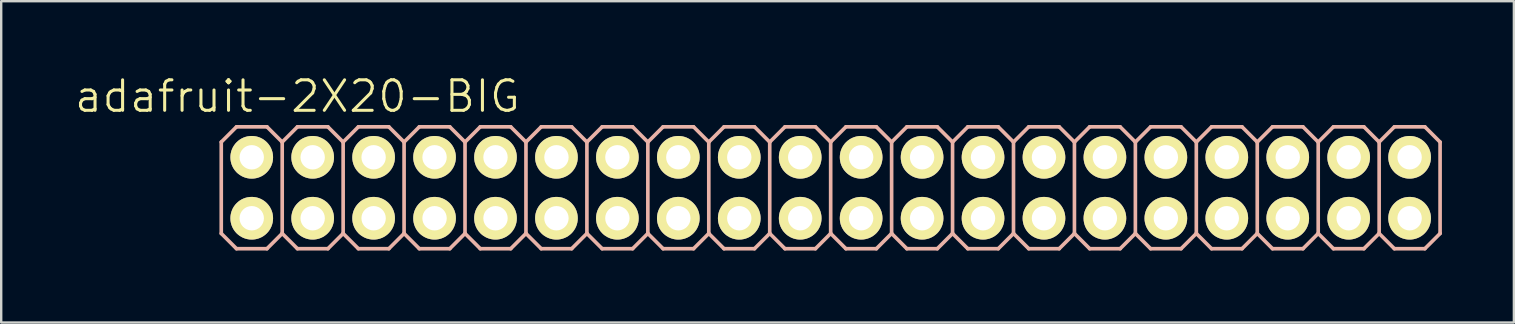
<source format=kicad_pcb>
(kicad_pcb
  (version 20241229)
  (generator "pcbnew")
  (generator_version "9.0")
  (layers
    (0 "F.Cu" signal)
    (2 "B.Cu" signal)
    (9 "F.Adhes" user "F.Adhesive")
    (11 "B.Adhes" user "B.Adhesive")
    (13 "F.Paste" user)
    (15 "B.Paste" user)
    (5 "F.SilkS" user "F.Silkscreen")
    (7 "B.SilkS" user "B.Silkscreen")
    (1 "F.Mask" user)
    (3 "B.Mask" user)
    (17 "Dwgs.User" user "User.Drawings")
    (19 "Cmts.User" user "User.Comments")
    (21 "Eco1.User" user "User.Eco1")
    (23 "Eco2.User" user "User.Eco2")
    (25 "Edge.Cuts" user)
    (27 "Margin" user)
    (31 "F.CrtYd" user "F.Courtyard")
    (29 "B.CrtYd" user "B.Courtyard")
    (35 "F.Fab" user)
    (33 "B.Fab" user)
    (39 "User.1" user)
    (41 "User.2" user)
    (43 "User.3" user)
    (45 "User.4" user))
  (footprint "adafruit-2X20-BIG"
    (layer "F.Cu")
    (at 31.572 4.776)
    (property "Reference" "adafruit-2X20-BIG" (at -22.225 -3.81 0) (layer "F.SilkS") (effects (font (size 1.27 1.27) (thickness 0.127))))
    (attr exclude_from_pos_files exclude_from_bom)
    (fp_line (start -24.384 -1.524) (end -23.876 -1.524) (stroke (width 0.066) (type solid)) (layer "F.SilkS"))
    (fp_line (start -24.384 -1.016) (end -24.384 -1.524) (stroke (width 0.066) (type solid)) (layer "F.SilkS"))
    (fp_line (start -24.384 -1.016) (end -23.876 -1.016) (stroke (width 0.066) (type solid)) (layer "F.SilkS"))
    (fp_line (start -24.384 1.016) (end -23.876 1.016) (stroke (width 0.066) (type solid)) (layer "F.SilkS"))
    (fp_line (start -24.384 1.524) (end -24.384 1.016) (stroke (width 0.066) (type solid)) (layer "F.SilkS"))
    (fp_line (start -24.384 1.524) (end -23.876 1.524) (stroke (width 0.066) (type solid)) (layer "F.SilkS"))
    (fp_line (start -23.876 -1.016) (end -23.876 -1.524) (stroke (width 0.066) (type solid)) (layer "F.SilkS"))
    (fp_line (start -23.876 1.524) (end -23.876 1.016) (stroke (width 0.066) (type solid)) (layer "F.SilkS"))
    (fp_line (start -21.844 -1.524) (end -21.336 -1.524) (stroke (width 0.066) (type solid)) (layer "F.SilkS"))
    (fp_line (start -21.844 -1.016) (end -21.844 -1.524) (stroke (width 0.066) (type solid)) (layer "F.SilkS"))
    (fp_line (start -21.844 -1.016) (end -21.336 -1.016) (stroke (width 0.066) (type solid)) (layer "F.SilkS"))
    (fp_line (start -21.844 1.016) (end -21.336 1.016) (stroke (width 0.066) (type solid)) (layer "F.SilkS"))
    (fp_line (start -21.844 1.524) (end -21.844 1.016) (stroke (width 0.066) (type solid)) (layer "F.SilkS"))
    (fp_line (start -21.844 1.524) (end -21.336 1.524) (stroke (width 0.066) (type solid)) (layer "F.SilkS"))
    (fp_line (start -21.336 -1.016) (end -21.336 -1.524) (stroke (width 0.066) (type solid)) (layer "F.SilkS"))
    (fp_line (start -21.336 1.524) (end -21.336 1.016) (stroke (width 0.066) (type solid)) (layer "F.SilkS"))
    (fp_line (start -19.304 -1.524) (end -18.796 -1.524) (stroke (width 0.066) (type solid)) (layer "F.SilkS"))
    (fp_line (start -19.304 -1.016) (end -19.304 -1.524) (stroke (width 0.066) (type solid)) (layer "F.SilkS"))
    (fp_line (start -19.304 -1.016) (end -18.796 -1.016) (stroke (width 0.066) (type solid)) (layer "F.SilkS"))
    (fp_line (start -19.304 1.016) (end -18.796 1.016) (stroke (width 0.066) (type solid)) (layer "F.SilkS"))
    (fp_line (start -19.304 1.524) (end -19.304 1.016) (stroke (width 0.066) (type solid)) (layer "F.SilkS"))
    (fp_line (start -19.304 1.524) (end -18.796 1.524) (stroke (width 0.066) (type solid)) (layer "F.SilkS"))
    (fp_line (start -18.796 -1.016) (end -18.796 -1.524) (stroke (width 0.066) (type solid)) (layer "F.SilkS"))
    (fp_line (start -18.796 1.524) (end -18.796 1.016) (stroke (width 0.066) (type solid)) (layer "F.SilkS"))
    (fp_line (start -16.764 -1.524) (end -16.256 -1.524) (stroke (width 0.066) (type solid)) (layer "F.SilkS"))
    (fp_line (start -16.764 -1.016) (end -16.764 -1.524) (stroke (width 0.066) (type solid)) (layer "F.SilkS"))
    (fp_line (start -16.764 -1.016) (end -16.256 -1.016) (stroke (width 0.066) (type solid)) (layer "F.SilkS"))
    (fp_line (start -16.764 1.016) (end -16.256 1.016) (stroke (width 0.066) (type solid)) (layer "F.SilkS"))
    (fp_line (start -16.764 1.524) (end -16.764 1.016) (stroke (width 0.066) (type solid)) (layer "F.SilkS"))
    (fp_line (start -16.764 1.524) (end -16.256 1.524) (stroke (width 0.066) (type solid)) (layer "F.SilkS"))
    (fp_line (start -16.256 -1.016) (end -16.256 -1.524) (stroke (width 0.066) (type solid)) (layer "F.SilkS"))
    (fp_line (start -16.256 1.524) (end -16.256 1.016) (stroke (width 0.066) (type solid)) (layer "F.SilkS"))
    (fp_line (start -14.224 -1.524) (end -13.716 -1.524) (stroke (width 0.066) (type solid)) (layer "F.SilkS"))
    (fp_line (start -14.224 -1.016) (end -14.224 -1.524) (stroke (width 0.066) (type solid)) (layer "F.SilkS"))
    (fp_line (start -14.224 -1.016) (end -13.716 -1.016) (stroke (width 0.066) (type solid)) (layer "F.SilkS"))
    (fp_line (start -14.224 1.016) (end -13.716 1.016) (stroke (width 0.066) (type solid)) (layer "F.SilkS"))
    (fp_line (start -14.224 1.524) (end -14.224 1.016) (stroke (width 0.066) (type solid)) (layer "F.SilkS"))
    (fp_line (start -14.224 1.524) (end -13.716 1.524) (stroke (width 0.066) (type solid)) (layer "F.SilkS"))
    (fp_line (start -13.716 -1.016) (end -13.716 -1.524) (stroke (width 0.066) (type solid)) (layer "F.SilkS"))
    (fp_line (start -13.716 1.524) (end -13.716 1.016) (stroke (width 0.066) (type solid)) (layer "F.SilkS"))
    (fp_line (start -11.684 -1.524) (end -11.176 -1.524) (stroke (width 0.066) (type solid)) (layer "F.SilkS"))
    (fp_line (start -11.684 -1.016) (end -11.684 -1.524) (stroke (width 0.066) (type solid)) (layer "F.SilkS"))
    (fp_line (start -11.684 -1.016) (end -11.176 -1.016) (stroke (width 0.066) (type solid)) (layer "F.SilkS"))
    (fp_line (start -11.684 1.016) (end -11.176 1.016) (stroke (width 0.066) (type solid)) (layer "F.SilkS"))
    (fp_line (start -11.684 1.524) (end -11.684 1.016) (stroke (width 0.066) (type solid)) (layer "F.SilkS"))
    (fp_line (start -11.684 1.524) (end -11.176 1.524) (stroke (width 0.066) (type solid)) (layer "F.SilkS"))
    (fp_line (start -11.176 -1.016) (end -11.176 -1.524) (stroke (width 0.066) (type solid)) (layer "F.SilkS"))
    (fp_line (start -11.176 1.524) (end -11.176 1.016) (stroke (width 0.066) (type solid)) (layer "F.SilkS"))
    (fp_line (start -9.144 -1.524) (end -8.636 -1.524) (stroke (width 0.066) (type solid)) (layer "F.SilkS"))
    (fp_line (start -9.144 -1.016) (end -9.144 -1.524) (stroke (width 0.066) (type solid)) (layer "F.SilkS"))
    (fp_line (start -9.144 -1.016) (end -8.636 -1.016) (stroke (width 0.066) (type solid)) (layer "F.SilkS"))
    (fp_line (start -9.144 1.016) (end -8.636 1.016) (stroke (width 0.066) (type solid)) (layer "F.SilkS"))
    (fp_line (start -9.144 1.524) (end -9.144 1.016) (stroke (width 0.066) (type solid)) (layer "F.SilkS"))
    (fp_line (start -9.144 1.524) (end -8.636 1.524) (stroke (width 0.066) (type solid)) (layer "F.SilkS"))
    (fp_line (start -8.636 -1.016) (end -8.636 -1.524) (stroke (width 0.066) (type solid)) (layer "F.SilkS"))
    (fp_line (start -8.636 1.524) (end -8.636 1.016) (stroke (width 0.066) (type solid)) (layer "F.SilkS"))
    (fp_line (start -6.604 -1.524) (end -6.096 -1.524) (stroke (width 0.066) (type solid)) (layer "F.SilkS"))
    (fp_line (start -6.604 -1.016) (end -6.604 -1.524) (stroke (width 0.066) (type solid)) (layer "F.SilkS"))
    (fp_line (start -6.604 -1.016) (end -6.096 -1.016) (stroke (width 0.066) (type solid)) (layer "F.SilkS"))
    (fp_line (start -6.604 1.016) (end -6.096 1.016) (stroke (width 0.066) (type solid)) (layer "F.SilkS"))
    (fp_line (start -6.604 1.524) (end -6.604 1.016) (stroke (width 0.066) (type solid)) (layer "F.SilkS"))
    (fp_line (start -6.604 1.524) (end -6.096 1.524) (stroke (width 0.066) (type solid)) (layer "F.SilkS"))
    (fp_line (start -6.096 -1.016) (end -6.096 -1.524) (stroke (width 0.066) (type solid)) (layer "F.SilkS"))
    (fp_line (start -6.096 1.524) (end -6.096 1.016) (stroke (width 0.066) (type solid)) (layer "F.SilkS"))
    (fp_line (start -4.064 -1.524) (end -3.556 -1.524) (stroke (width 0.066) (type solid)) (layer "F.SilkS"))
    (fp_line (start -4.064 -1.016) (end -4.064 -1.524) (stroke (width 0.066) (type solid)) (layer "F.SilkS"))
    (fp_line (start -4.064 -1.016) (end -3.556 -1.016) (stroke (width 0.066) (type solid)) (layer "F.SilkS"))
    (fp_line (start -4.064 1.016) (end -3.556 1.016) (stroke (width 0.066) (type solid)) (layer "F.SilkS"))
    (fp_line (start -4.064 1.524) (end -4.064 1.016) (stroke (width 0.066) (type solid)) (layer "F.SilkS"))
    (fp_line (start -4.064 1.524) (end -3.556 1.524) (stroke (width 0.066) (type solid)) (layer "F.SilkS"))
    (fp_line (start -3.556 -1.016) (end -3.556 -1.524) (stroke (width 0.066) (type solid)) (layer "F.SilkS"))
    (fp_line (start -3.556 1.524) (end -3.556 1.016) (stroke (width 0.066) (type solid)) (layer "F.SilkS"))
    (fp_line (start -1.524 -1.524) (end -1.016 -1.524) (stroke (width 0.066) (type solid)) (layer "F.SilkS"))
    (fp_line (start -1.524 -1.016) (end -1.524 -1.524) (stroke (width 0.066) (type solid)) (layer "F.SilkS"))
    (fp_line (start -1.524 -1.016) (end -1.016 -1.016) (stroke (width 0.066) (type solid)) (layer "F.SilkS"))
    (fp_line (start -1.524 1.016) (end -1.016 1.016) (stroke (width 0.066) (type solid)) (layer "F.SilkS"))
    (fp_line (start -1.524 1.524) (end -1.524 1.016) (stroke (width 0.066) (type solid)) (layer "F.SilkS"))
    (fp_line (start -1.524 1.524) (end -1.016 1.524) (stroke (width 0.066) (type solid)) (layer "F.SilkS"))
    (fp_line (start -1.016 -1.016) (end -1.016 -1.524) (stroke (width 0.066) (type solid)) (layer "F.SilkS"))
    (fp_line (start -1.016 1.524) (end -1.016 1.016) (stroke (width 0.066) (type solid)) (layer "F.SilkS"))
    (fp_line (start 1.016 -1.524) (end 1.524 -1.524) (stroke (width 0.066) (type solid)) (layer "F.SilkS"))
    (fp_line (start 1.016 -1.016) (end 1.016 -1.524) (stroke (width 0.066) (type solid)) (layer "F.SilkS"))
    (fp_line (start 1.016 -1.016) (end 1.524 -1.016) (stroke (width 0.066) (type solid)) (layer "F.SilkS"))
    (fp_line (start 1.016 1.016) (end 1.524 1.016) (stroke (width 0.066) (type solid)) (layer "F.SilkS"))
    (fp_line (start 1.016 1.524) (end 1.016 1.016) (stroke (width 0.066) (type solid)) (layer "F.SilkS"))
    (fp_line (start 1.016 1.524) (end 1.524 1.524) (stroke (width 0.066) (type solid)) (layer "F.SilkS"))
    (fp_line (start 1.524 -1.016) (end 1.524 -1.524) (stroke (width 0.066) (type solid)) (layer "F.SilkS"))
    (fp_line (start 1.524 1.524) (end 1.524 1.016) (stroke (width 0.066) (type solid)) (layer "F.SilkS"))
    (fp_line (start 3.556 -1.524) (end 4.064 -1.524) (stroke (width 0.066) (type solid)) (layer "F.SilkS"))
    (fp_line (start 3.556 -1.016) (end 3.556 -1.524) (stroke (width 0.066) (type solid)) (layer "F.SilkS"))
    (fp_line (start 3.556 -1.016) (end 4.064 -1.016) (stroke (width 0.066) (type solid)) (layer "F.SilkS"))
    (fp_line (start 3.556 1.016) (end 4.064 1.016) (stroke (width 0.066) (type solid)) (layer "F.SilkS"))
    (fp_line (start 3.556 1.524) (end 3.556 1.016) (stroke (width 0.066) (type solid)) (layer "F.SilkS"))
    (fp_line (start 3.556 1.524) (end 4.064 1.524) (stroke (width 0.066) (type solid)) (layer "F.SilkS"))
    (fp_line (start 4.064 -1.016) (end 4.064 -1.524) (stroke (width 0.066) (type solid)) (layer "F.SilkS"))
    (fp_line (start 4.064 1.524) (end 4.064 1.016) (stroke (width 0.066) (type solid)) (layer "F.SilkS"))
    (fp_line (start 6.096 -1.524) (end 6.604 -1.524) (stroke (width 0.066) (type solid)) (layer "F.SilkS"))
    (fp_line (start 6.096 -1.016) (end 6.096 -1.524) (stroke (width 0.066) (type solid)) (layer "F.SilkS"))
    (fp_line (start 6.096 -1.016) (end 6.604 -1.016) (stroke (width 0.066) (type solid)) (layer "F.SilkS"))
    (fp_line (start 6.096 1.016) (end 6.604 1.016) (stroke (width 0.066) (type solid)) (layer "F.SilkS"))
    (fp_line (start 6.096 1.524) (end 6.096 1.016) (stroke (width 0.066) (type solid)) (layer "F.SilkS"))
    (fp_line (start 6.096 1.524) (end 6.604 1.524) (stroke (width 0.066) (type solid)) (layer "F.SilkS"))
    (fp_line (start 6.604 -1.016) (end 6.604 -1.524) (stroke (width 0.066) (type solid)) (layer "F.SilkS"))
    (fp_line (start 6.604 1.524) (end 6.604 1.016) (stroke (width 0.066) (type solid)) (layer "F.SilkS"))
    (fp_line (start 8.636 -1.524) (end 9.144 -1.524) (stroke (width 0.066) (type solid)) (layer "F.SilkS"))
    (fp_line (start 8.636 -1.016) (end 8.636 -1.524) (stroke (width 0.066) (type solid)) (layer "F.SilkS"))
    (fp_line (start 8.636 -1.016) (end 9.144 -1.016) (stroke (width 0.066) (type solid)) (layer "F.SilkS"))
    (fp_line (start 8.636 1.016) (end 9.144 1.016) (stroke (width 0.066) (type solid)) (layer "F.SilkS"))
    (fp_line (start 8.636 1.524) (end 8.636 1.016) (stroke (width 0.066) (type solid)) (layer "F.SilkS"))
    (fp_line (start 8.636 1.524) (end 9.144 1.524) (stroke (width 0.066) (type solid)) (layer "F.SilkS"))
    (fp_line (start 9.144 -1.016) (end 9.144 -1.524) (stroke (width 0.066) (type solid)) (layer "F.SilkS"))
    (fp_line (start 9.144 1.524) (end 9.144 1.016) (stroke (width 0.066) (type solid)) (layer "F.SilkS"))
    (fp_line (start 11.176 -1.524) (end 11.684 -1.524) (stroke (width 0.066) (type solid)) (layer "F.SilkS"))
    (fp_line (start 11.176 -1.016) (end 11.176 -1.524) (stroke (width 0.066) (type solid)) (layer "F.SilkS"))
    (fp_line (start 11.176 -1.016) (end 11.684 -1.016) (stroke (width 0.066) (type solid)) (layer "F.SilkS"))
    (fp_line (start 11.176 1.016) (end 11.684 1.016) (stroke (width 0.066) (type solid)) (layer "F.SilkS"))
    (fp_line (start 11.176 1.524) (end 11.176 1.016) (stroke (width 0.066) (type solid)) (layer "F.SilkS"))
    (fp_line (start 11.176 1.524) (end 11.684 1.524) (stroke (width 0.066) (type solid)) (layer "F.SilkS"))
    (fp_line (start 11.684 -1.016) (end 11.684 -1.524) (stroke (width 0.066) (type solid)) (layer "F.SilkS"))
    (fp_line (start 11.684 1.524) (end 11.684 1.016) (stroke (width 0.066) (type solid)) (layer "F.SilkS"))
    (fp_line (start 13.716 -1.524) (end 14.224 -1.524) (stroke (width 0.066) (type solid)) (layer "F.SilkS"))
    (fp_line (start 13.716 -1.016) (end 13.716 -1.524) (stroke (width 0.066) (type solid)) (layer "F.SilkS"))
    (fp_line (start 13.716 -1.016) (end 14.224 -1.016) (stroke (width 0.066) (type solid)) (layer "F.SilkS"))
    (fp_line (start 13.716 1.016) (end 14.224 1.016) (stroke (width 0.066) (type solid)) (layer "F.SilkS"))
    (fp_line (start 13.716 1.524) (end 13.716 1.016) (stroke (width 0.066) (type solid)) (layer "F.SilkS"))
    (fp_line (start 13.716 1.524) (end 14.224 1.524) (stroke (width 0.066) (type solid)) (layer "F.SilkS"))
    (fp_line (start 14.224 -1.016) (end 14.224 -1.524) (stroke (width 0.066) (type solid)) (layer "F.SilkS"))
    (fp_line (start 14.224 1.524) (end 14.224 1.016) (stroke (width 0.066) (type solid)) (layer "F.SilkS"))
    (fp_line (start 16.256 -1.524) (end 16.764 -1.524) (stroke (width 0.066) (type solid)) (layer "F.SilkS"))
    (fp_line (start 16.256 -1.016) (end 16.256 -1.524) (stroke (width 0.066) (type solid)) (layer "F.SilkS"))
    (fp_line (start 16.256 -1.016) (end 16.764 -1.016) (stroke (width 0.066) (type solid)) (layer "F.SilkS"))
    (fp_line (start 16.256 1.016) (end 16.764 1.016) (stroke (width 0.066) (type solid)) (layer "F.SilkS"))
    (fp_line (start 16.256 1.524) (end 16.256 1.016) (stroke (width 0.066) (type solid)) (layer "F.SilkS"))
    (fp_line (start 16.256 1.524) (end 16.764 1.524) (stroke (width 0.066) (type solid)) (layer "F.SilkS"))
    (fp_line (start 16.764 -1.016) (end 16.764 -1.524) (stroke (width 0.066) (type solid)) (layer "F.SilkS"))
    (fp_line (start 16.764 1.524) (end 16.764 1.016) (stroke (width 0.066) (type solid)) (layer "F.SilkS"))
    (fp_line (start 18.796 -1.524) (end 19.304 -1.524) (stroke (width 0.066) (type solid)) (layer "F.SilkS"))
    (fp_line (start 18.796 -1.016) (end 18.796 -1.524) (stroke (width 0.066) (type solid)) (layer "F.SilkS"))
    (fp_line (start 18.796 -1.016) (end 19.304 -1.016) (stroke (width 0.066) (type solid)) (layer "F.SilkS"))
    (fp_line (start 18.796 1.016) (end 19.304 1.016) (stroke (width 0.066) (type solid)) (layer "F.SilkS"))
    (fp_line (start 18.796 1.524) (end 18.796 1.016) (stroke (width 0.066) (type solid)) (layer "F.SilkS"))
    (fp_line (start 18.796 1.524) (end 19.304 1.524) (stroke (width 0.066) (type solid)) (layer "F.SilkS"))
    (fp_line (start 19.304 -1.016) (end 19.304 -1.524) (stroke (width 0.066) (type solid)) (layer "F.SilkS"))
    (fp_line (start 19.304 1.524) (end 19.304 1.016) (stroke (width 0.066) (type solid)) (layer "F.SilkS"))
    (fp_line (start 21.336 -1.524) (end 21.844 -1.524) (stroke (width 0.066) (type solid)) (layer "F.SilkS"))
    (fp_line (start 21.336 -1.016) (end 21.336 -1.524) (stroke (width 0.066) (type solid)) (layer "F.SilkS"))
    (fp_line (start 21.336 -1.016) (end 21.844 -1.016) (stroke (width 0.066) (type solid)) (layer "F.SilkS"))
    (fp_line (start 21.336 1.016) (end 21.844 1.016) (stroke (width 0.066) (type solid)) (layer "F.SilkS"))
    (fp_line (start 21.336 1.524) (end 21.336 1.016) (stroke (width 0.066) (type solid)) (layer "F.SilkS"))
    (fp_line (start 21.336 1.524) (end 21.844 1.524) (stroke (width 0.066) (type solid)) (layer "F.SilkS"))
    (fp_line (start 21.844 -1.016) (end 21.844 -1.524) (stroke (width 0.066) (type solid)) (layer "F.SilkS"))
    (fp_line (start 21.844 1.524) (end 21.844 1.016) (stroke (width 0.066) (type solid)) (layer "F.SilkS"))
    (fp_line (start 23.876 -1.524) (end 24.384 -1.524) (stroke (width 0.066) (type solid)) (layer "F.SilkS"))
    (fp_line (start 23.876 -1.016) (end 23.876 -1.524) (stroke (width 0.066) (type solid)) (layer "F.SilkS"))
    (fp_line (start 23.876 -1.016) (end 24.384 -1.016) (stroke (width 0.066) (type solid)) (layer "F.SilkS"))
    (fp_line (start 23.876 1.016) (end 24.384 1.016) (stroke (width 0.066) (type solid)) (layer "F.SilkS"))
    (fp_line (start 23.876 1.524) (end 23.876 1.016) (stroke (width 0.066) (type solid)) (layer "F.SilkS"))
    (fp_line (start 23.876 1.524) (end 24.384 1.524) (stroke (width 0.066) (type solid)) (layer "F.SilkS"))
    (fp_line (start 24.384 -1.016) (end 24.384 -1.524) (stroke (width 0.066) (type solid)) (layer "F.SilkS"))
    (fp_line (start 24.384 1.524) (end 24.384 1.016) (stroke (width 0.066) (type solid)) (layer "F.SilkS"))
    (fp_line (start -25.4 -1.905) (end -24.765 -2.54) (stroke (width 0.152) (type solid)) (layer "B.SilkS"))
    (fp_line (start -25.4 1.905) (end -25.4 -1.905) (stroke (width 0.152) (type solid)) (layer "B.SilkS"))
    (fp_line (start -25.4 1.905) (end -24.765 2.54) (stroke (width 0.152) (type solid)) (layer "B.SilkS"))
    (fp_line (start -24.765 -2.54) (end -23.495 -2.54) (stroke (width 0.152) (type solid)) (layer "B.SilkS"))
    (fp_line (start -24.765 2.54) (end -23.495 2.54) (stroke (width 0.152) (type solid)) (layer "B.SilkS"))
    (fp_line (start -23.495 -2.54) (end -22.86 -1.905) (stroke (width 0.152) (type solid)) (layer "B.SilkS"))
    (fp_line (start -23.495 2.54) (end -22.86 1.905) (stroke (width 0.152) (type solid)) (layer "B.SilkS"))
    (fp_line (start -22.86 -1.905) (end -22.86 1.905) (stroke (width 0.152) (type solid)) (layer "B.SilkS"))
    (fp_line (start -22.86 -1.905) (end -22.225 -2.54) (stroke (width 0.152) (type solid)) (layer "B.SilkS"))
    (fp_line (start -22.86 1.905) (end -22.225 2.54) (stroke (width 0.152) (type solid)) (layer "B.SilkS"))
    (fp_line (start -22.225 -2.54) (end -20.955 -2.54) (stroke (width 0.152) (type solid)) (layer "B.SilkS"))
    (fp_line (start -22.225 2.54) (end -20.955 2.54) (stroke (width 0.152) (type solid)) (layer "B.SilkS"))
    (fp_line (start -20.955 -2.54) (end -20.32 -1.905) (stroke (width 0.152) (type solid)) (layer "B.SilkS"))
    (fp_line (start -20.955 2.54) (end -20.32 1.905) (stroke (width 0.152) (type solid)) (layer "B.SilkS"))
    (fp_line (start -20.32 -1.905) (end -20.32 1.905) (stroke (width 0.152) (type solid)) (layer "B.SilkS"))
    (fp_line (start -20.32 -1.905) (end -19.685 -2.54) (stroke (width 0.152) (type solid)) (layer "B.SilkS"))
    (fp_line (start -20.32 1.905) (end -19.685 2.54) (stroke (width 0.152) (type solid)) (layer "B.SilkS"))
    (fp_line (start -19.685 -2.54) (end -18.415 -2.54) (stroke (width 0.152) (type solid)) (layer "B.SilkS"))
    (fp_line (start -19.685 2.54) (end -18.415 2.54) (stroke (width 0.152) (type solid)) (layer "B.SilkS"))
    (fp_line (start -18.415 -2.54) (end -17.78 -1.905) (stroke (width 0.152) (type solid)) (layer "B.SilkS"))
    (fp_line (start -18.415 2.54) (end -17.78 1.905) (stroke (width 0.152) (type solid)) (layer "B.SilkS"))
    (fp_line (start -17.78 -1.905) (end -17.78 1.905) (stroke (width 0.152) (type solid)) (layer "B.SilkS"))
    (fp_line (start -17.78 -1.905) (end -17.145 -2.54) (stroke (width 0.152) (type solid)) (layer "B.SilkS"))
    (fp_line (start -17.78 1.905) (end -17.145 2.54) (stroke (width 0.152) (type solid)) (layer "B.SilkS"))
    (fp_line (start -17.145 -2.54) (end -15.875 -2.54) (stroke (width 0.152) (type solid)) (layer "B.SilkS"))
    (fp_line (start -17.145 2.54) (end -15.875 2.54) (stroke (width 0.152) (type solid)) (layer "B.SilkS"))
    (fp_line (start -15.875 -2.54) (end -15.24 -1.905) (stroke (width 0.152) (type solid)) (layer "B.SilkS"))
    (fp_line (start -15.875 2.54) (end -15.24 1.905) (stroke (width 0.152) (type solid)) (layer "B.SilkS"))
    (fp_line (start -15.24 -1.905) (end -15.24 1.905) (stroke (width 0.152) (type solid)) (layer "B.SilkS"))
    (fp_line (start -15.24 -1.905) (end -14.605 -2.54) (stroke (width 0.152) (type solid)) (layer "B.SilkS"))
    (fp_line (start -15.24 1.905) (end -14.605 2.54) (stroke (width 0.152) (type solid)) (layer "B.SilkS"))
    (fp_line (start -14.605 -2.54) (end -13.335 -2.54) (stroke (width 0.152) (type solid)) (layer "B.SilkS"))
    (fp_line (start -14.605 2.54) (end -13.335 2.54) (stroke (width 0.152) (type solid)) (layer "B.SilkS"))
    (fp_line (start -13.335 -2.54) (end -12.7 -1.905) (stroke (width 0.152) (type solid)) (layer "B.SilkS"))
    (fp_line (start -13.335 2.54) (end -12.7 1.905) (stroke (width 0.152) (type solid)) (layer "B.SilkS"))
    (fp_line (start -12.7 -1.905) (end -12.7 1.905) (stroke (width 0.152) (type solid)) (layer "B.SilkS"))
    (fp_line (start -12.7 -1.905) (end -12.065 -2.54) (stroke (width 0.152) (type solid)) (layer "B.SilkS"))
    (fp_line (start -12.7 1.905) (end -12.065 2.54) (stroke (width 0.152) (type solid)) (layer "B.SilkS"))
    (fp_line (start -12.065 -2.54) (end -10.795 -2.54) (stroke (width 0.152) (type solid)) (layer "B.SilkS"))
    (fp_line (start -12.065 2.54) (end -10.795 2.54) (stroke (width 0.152) (type solid)) (layer "B.SilkS"))
    (fp_line (start -10.795 -2.54) (end -10.16 -1.905) (stroke (width 0.152) (type solid)) (layer "B.SilkS"))
    (fp_line (start -10.795 2.54) (end -10.16 1.905) (stroke (width 0.152) (type solid)) (layer "B.SilkS"))
    (fp_line (start -10.16 -1.905) (end -10.16 1.905) (stroke (width 0.152) (type solid)) (layer "B.SilkS"))
    (fp_line (start -10.16 -1.905) (end -9.525 -2.54) (stroke (width 0.152) (type solid)) (layer "B.SilkS"))
    (fp_line (start -10.16 1.905) (end -9.525 2.54) (stroke (width 0.152) (type solid)) (layer "B.SilkS"))
    (fp_line (start -9.525 -2.54) (end -8.255 -2.54) (stroke (width 0.152) (type solid)) (layer "B.SilkS"))
    (fp_line (start -8.255 -2.54) (end -7.62 -1.905) (stroke (width 0.152) (type solid)) (layer "B.SilkS"))
    (fp_line (start -8.255 2.54) (end -9.525 2.54) (stroke (width 0.152) (type solid)) (layer "B.SilkS"))
    (fp_line (start -7.62 -1.905) (end -7.62 1.905) (stroke (width 0.152) (type solid)) (layer "B.SilkS"))
    (fp_line (start -7.62 -1.905) (end -6.985 -2.54) (stroke (width 0.152) (type solid)) (layer "B.SilkS"))
    (fp_line (start -7.62 1.905) (end -8.255 2.54) (stroke (width 0.152) (type solid)) (layer "B.SilkS"))
    (fp_line (start -7.62 1.905) (end -6.985 2.54) (stroke (width 0.152) (type solid)) (layer "B.SilkS"))
    (fp_line (start -6.985 -2.54) (end -5.715 -2.54) (stroke (width 0.152) (type solid)) (layer "B.SilkS"))
    (fp_line (start -5.715 -2.54) (end -5.08 -1.905) (stroke (width 0.152) (type solid)) (layer "B.SilkS"))
    (fp_line (start -5.715 2.54) (end -6.985 2.54) (stroke (width 0.152) (type solid)) (layer "B.SilkS"))
    (fp_line (start -5.08 -1.905) (end -5.08 1.905) (stroke (width 0.152) (type solid)) (layer "B.SilkS"))
    (fp_line (start -5.08 -1.905) (end -4.445 -2.54) (stroke (width 0.152) (type solid)) (layer "B.SilkS"))
    (fp_line (start -5.08 1.905) (end -5.715 2.54) (stroke (width 0.152) (type solid)) (layer "B.SilkS"))
    (fp_line (start -5.08 1.905) (end -4.445 2.54) (stroke (width 0.152) (type solid)) (layer "B.SilkS"))
    (fp_line (start -4.445 -2.54) (end -3.175 -2.54) (stroke (width 0.152) (type solid)) (layer "B.SilkS"))
    (fp_line (start -3.175 -2.54) (end -2.54 -1.905) (stroke (width 0.152) (type solid)) (layer "B.SilkS"))
    (fp_line (start -3.175 2.54) (end -4.445 2.54) (stroke (width 0.152) (type solid)) (layer "B.SilkS"))
    (fp_line (start -2.54 -1.905) (end -2.54 1.905) (stroke (width 0.152) (type solid)) (layer "B.SilkS"))
    (fp_line (start -2.54 -1.905) (end -1.905 -2.54) (stroke (width 0.152) (type solid)) (layer "B.SilkS"))
    (fp_line (start -2.54 1.905) (end -3.175 2.54) (stroke (width 0.152) (type solid)) (layer "B.SilkS"))
    (fp_line (start -2.54 1.905) (end -1.905 2.54) (stroke (width 0.152) (type solid)) (layer "B.SilkS"))
    (fp_line (start -1.905 -2.54) (end -0.635 -2.54) (stroke (width 0.152) (type solid)) (layer "B.SilkS"))
    (fp_line (start -0.635 -2.54) (end 0 -1.905) (stroke (width 0.152) (type solid)) (layer "B.SilkS"))
    (fp_line (start -0.635 2.54) (end -1.905 2.54) (stroke (width 0.152) (type solid)) (layer "B.SilkS"))
    (fp_line (start 0 -1.905) (end 0 1.905) (stroke (width 0.152) (type solid)) (layer "B.SilkS"))
    (fp_line (start 0 -1.905) (end 0.635 -2.54) (stroke (width 0.152) (type solid)) (layer "B.SilkS"))
    (fp_line (start 0 1.905) (end -0.635 2.54) (stroke (width 0.152) (type solid)) (layer "B.SilkS"))
    (fp_line (start 0 1.905) (end 0.635 2.54) (stroke (width 0.152) (type solid)) (layer "B.SilkS"))
    (fp_line (start 0.635 -2.54) (end 1.905 -2.54) (stroke (width 0.152) (type solid)) (layer "B.SilkS"))
    (fp_line (start 1.905 -2.54) (end 2.54 -1.905) (stroke (width 0.152) (type solid)) (layer "B.SilkS"))
    (fp_line (start 1.905 2.54) (end 0.635 2.54) (stroke (width 0.152) (type solid)) (layer "B.SilkS"))
    (fp_line (start 2.54 -1.905) (end 2.54 1.905) (stroke (width 0.152) (type solid)) (layer "B.SilkS"))
    (fp_line (start 2.54 -1.905) (end 3.175 -2.54) (stroke (width 0.152) (type solid)) (layer "B.SilkS"))
    (fp_line (start 2.54 1.905) (end 1.905 2.54) (stroke (width 0.152) (type solid)) (layer "B.SilkS"))
    (fp_line (start 2.54 1.905) (end 3.175 2.54) (stroke (width 0.152) (type solid)) (layer "B.SilkS"))
    (fp_line (start 3.175 -2.54) (end 4.445 -2.54) (stroke (width 0.152) (type solid)) (layer "B.SilkS"))
    (fp_line (start 4.445 2.54) (end 3.175 2.54) (stroke (width 0.152) (type solid)) (layer "B.SilkS"))
    (fp_line (start 5.08 -1.905) (end 4.445 -2.54) (stroke (width 0.152) (type solid)) (layer "B.SilkS"))
    (fp_line (start 5.08 -1.905) (end 5.08 1.905) (stroke (width 0.152) (type solid)) (layer "B.SilkS"))
    (fp_line (start 5.08 -1.905) (end 5.715 -2.54) (stroke (width 0.152) (type solid)) (layer "B.SilkS"))
    (fp_line (start 5.08 1.905) (end 4.445 2.54) (stroke (width 0.152) (type solid)) (layer "B.SilkS"))
    (fp_line (start 5.08 1.905) (end 5.715 2.54) (stroke (width 0.152) (type solid)) (layer "B.SilkS"))
    (fp_line (start 6.985 -2.54) (end 5.715 -2.54) (stroke (width 0.152) (type solid)) (layer "B.SilkS"))
    (fp_line (start 6.985 -2.54) (end 7.62 -1.905) (stroke (width 0.152) (type solid)) (layer "B.SilkS"))
    (fp_line (start 6.985 2.54) (end 5.715 2.54) (stroke (width 0.152) (type solid)) (layer "B.SilkS"))
    (fp_line (start 7.62 -1.905) (end 7.62 1.905) (stroke (width 0.152) (type solid)) (layer "B.SilkS"))
    (fp_line (start 7.62 -1.905) (end 8.255 -2.54) (stroke (width 0.152) (type solid)) (layer "B.SilkS"))
    (fp_line (start 7.62 1.905) (end 6.985 2.54) (stroke (width 0.152) (type solid)) (layer "B.SilkS"))
    (fp_line (start 7.62 1.905) (end 8.255 2.54) (stroke (width 0.152) (type solid)) (layer "B.SilkS"))
    (fp_line (start 9.525 -2.54) (end 8.255 -2.54) (stroke (width 0.152) (type solid)) (layer "B.SilkS"))
    (fp_line (start 9.525 -2.54) (end 10.16 -1.905) (stroke (width 0.152) (type solid)) (layer "B.SilkS"))
    (fp_line (start 9.525 2.54) (end 8.255 2.54) (stroke (width 0.152) (type solid)) (layer "B.SilkS"))
    (fp_line (start 10.16 -1.905) (end 10.16 1.905) (stroke (width 0.152) (type solid)) (layer "B.SilkS"))
    (fp_line (start 10.16 -1.905) (end 10.795 -2.54) (stroke (width 0.152) (type solid)) (layer "B.SilkS"))
    (fp_line (start 10.16 1.905) (end 9.525 2.54) (stroke (width 0.152) (type solid)) (layer "B.SilkS"))
    (fp_line (start 10.795 2.54) (end 10.16 1.905) (stroke (width 0.152) (type solid)) (layer "B.SilkS"))
    (fp_line (start 10.795 2.54) (end 12.065 2.54) (stroke (width 0.152) (type solid)) (layer "B.SilkS"))
    (fp_line (start 12.065 -2.54) (end 10.795 -2.54) (stroke (width 0.152) (type solid)) (layer "B.SilkS"))
    (fp_line (start 12.065 -2.54) (end 12.7 -1.905) (stroke (width 0.152) (type solid)) (layer "B.SilkS"))
    (fp_line (start 12.7 -1.905) (end 12.7 1.905) (stroke (width 0.152) (type solid)) (layer "B.SilkS"))
    (fp_line (start 12.7 -1.905) (end 13.335 -2.54) (stroke (width 0.152) (type solid)) (layer "B.SilkS"))
    (fp_line (start 12.7 1.905) (end 12.065 2.54) (stroke (width 0.152) (type solid)) (layer "B.SilkS"))
    (fp_line (start 13.335 2.54) (end 12.7 1.905) (stroke (width 0.152) (type solid)) (layer "B.SilkS"))
    (fp_line (start 13.335 2.54) (end 14.605 2.54) (stroke (width 0.152) (type solid)) (layer "B.SilkS"))
    (fp_line (start 14.605 -2.54) (end 13.335 -2.54) (stroke (width 0.152) (type solid)) (layer "B.SilkS"))
    (fp_line (start 14.605 -2.54) (end 15.24 -1.905) (stroke (width 0.152) (type solid)) (layer "B.SilkS"))
    (fp_line (start 15.24 -1.905) (end 15.24 1.905) (stroke (width 0.152) (type solid)) (layer "B.SilkS"))
    (fp_line (start 15.24 -1.905) (end 15.875 -2.54) (stroke (width 0.152) (type solid)) (layer "B.SilkS"))
    (fp_line (start 15.24 1.905) (end 14.605 2.54) (stroke (width 0.152) (type solid)) (layer "B.SilkS"))
    (fp_line (start 15.24 1.905) (end 15.875 2.54) (stroke (width 0.152) (type solid)) (layer "B.SilkS"))
    (fp_line (start 17.145 -2.54) (end 15.875 -2.54) (stroke (width 0.152) (type solid)) (layer "B.SilkS"))
    (fp_line (start 17.145 -2.54) (end 17.78 -1.905) (stroke (width 0.152) (type solid)) (layer "B.SilkS"))
    (fp_line (start 17.145 2.54) (end 15.875 2.54) (stroke (width 0.152) (type solid)) (layer "B.SilkS"))
    (fp_line (start 17.78 -1.905) (end 17.78 1.905) (stroke (width 0.152) (type solid)) (layer "B.SilkS"))
    (fp_line (start 17.78 -1.905) (end 18.415 -2.54) (stroke (width 0.152) (type solid)) (layer "B.SilkS"))
    (fp_line (start 17.78 1.905) (end 17.145 2.54) (stroke (width 0.152) (type solid)) (layer "B.SilkS"))
    (fp_line (start 17.78 1.905) (end 18.415 2.54) (stroke (width 0.152) (type solid)) (layer "B.SilkS"))
    (fp_line (start 19.685 -2.54) (end 18.415 -2.54) (stroke (width 0.152) (type solid)) (layer "B.SilkS"))
    (fp_line (start 19.685 -2.54) (end 20.32 -1.905) (stroke (width 0.152) (type solid)) (layer "B.SilkS"))
    (fp_line (start 19.685 2.54) (end 18.415 2.54) (stroke (width 0.152) (type solid)) (layer "B.SilkS"))
    (fp_line (start 20.32 -1.905) (end 20.32 1.905) (stroke (width 0.152) (type solid)) (layer "B.SilkS"))
    (fp_line (start 20.32 -1.905) (end 20.955 -2.54) (stroke (width 0.152) (type solid)) (layer "B.SilkS"))
    (fp_line (start 20.32 1.905) (end 19.685 2.54) (stroke (width 0.152) (type solid)) (layer "B.SilkS"))
    (fp_line (start 20.32 1.905) (end 20.955 2.54) (stroke (width 0.152) (type solid)) (layer "B.SilkS"))
    (fp_line (start 22.225 -2.54) (end 20.955 -2.54) (stroke (width 0.152) (type solid)) (layer "B.SilkS"))
    (fp_line (start 22.225 -2.54) (end 22.86 -1.905) (stroke (width 0.152) (type solid)) (layer "B.SilkS"))
    (fp_line (start 22.225 2.54) (end 20.955 2.54) (stroke (width 0.152) (type solid)) (layer "B.SilkS"))
    (fp_line (start 22.86 -1.905) (end 22.86 1.905) (stroke (width 0.152) (type solid)) (layer "B.SilkS"))
    (fp_line (start 22.86 -1.905) (end 23.495 -2.54) (stroke (width 0.152) (type solid)) (layer "B.SilkS"))
    (fp_line (start 22.86 1.905) (end 22.225 2.54) (stroke (width 0.152) (type solid)) (layer "B.SilkS"))
    (fp_line (start 22.86 1.905) (end 23.495 2.54) (stroke (width 0.152) (type solid)) (layer "B.SilkS"))
    (fp_line (start 24.765 -2.54) (end 23.495 -2.54) (stroke (width 0.152) (type solid)) (layer "B.SilkS"))
    (fp_line (start 24.765 -2.54) (end 25.4 -1.905) (stroke (width 0.152) (type solid)) (layer "B.SilkS"))
    (fp_line (start 24.765 2.54) (end 23.495 2.54) (stroke (width 0.152) (type solid)) (layer "B.SilkS"))
    (fp_line (start 25.4 -1.905) (end 25.4 1.905) (stroke (width 0.152) (type solid)) (layer "B.SilkS"))
    (fp_line (start 25.4 1.905) (end 24.765 2.54) (stroke (width 0.152) (type solid)) (layer "B.SilkS"))
    (pad "1" thru_hole circle (at -24.13 1.27) (size 1.778 1.778) (drill 1.016) (layers "*.Cu" "F.Mask" "F.SilkS" "F.Paste"))
    (pad "2" thru_hole circle (at -24.13 -1.27) (size 1.778 1.778) (drill 1.016) (layers "*.Cu" "F.Mask" "F.SilkS" "F.Paste"))
    (pad "3" thru_hole circle (at -21.59 1.27) (size 1.778 1.778) (drill 1.016) (layers "*.Cu" "F.Mask" "F.SilkS" "F.Paste"))
    (pad "4" thru_hole circle (at -21.59 -1.27) (size 1.778 1.778) (drill 1.016) (layers "*.Cu" "F.Mask" "F.SilkS" "F.Paste"))
    (pad "5" thru_hole circle (at -19.05 1.27) (size 1.778 1.778) (drill 1.016) (layers "*.Cu" "F.Mask" "F.SilkS" "F.Paste"))
    (pad "6" thru_hole circle (at -19.05 -1.27) (size 1.778 1.778) (drill 1.016) (layers "*.Cu" "F.Mask" "F.SilkS" "F.Paste"))
    (pad "7" thru_hole circle (at -16.51 1.27) (size 1.778 1.778) (drill 1.016) (layers "*.Cu" "F.Mask" "F.SilkS" "F.Paste"))
    (pad "8" thru_hole circle (at -16.51 -1.27) (size 1.778 1.778) (drill 1.016) (layers "*.Cu" "F.Mask" "F.SilkS" "F.Paste"))
    (pad "9" thru_hole circle (at -13.97 1.27) (size 1.778 1.778) (drill 1.016) (layers "*.Cu" "F.Mask" "F.SilkS" "F.Paste"))
    (pad "10" thru_hole circle (at -13.97 -1.27) (size 1.778 1.778) (drill 1.016) (layers "*.Cu" "F.Mask" "F.SilkS" "F.Paste"))
    (pad "11" thru_hole circle (at -11.43 1.27) (size 1.778 1.778) (drill 1.016) (layers "*.Cu" "F.Mask" "F.SilkS" "F.Paste"))
    (pad "12" thru_hole circle (at -11.43 -1.27) (size 1.778 1.778) (drill 1.016) (layers "*.Cu" "F.Mask" "F.SilkS" "F.Paste"))
    (pad "13" thru_hole circle (at -8.89 1.27) (size 1.778 1.778) (drill 1.016) (layers "*.Cu" "F.Mask" "F.SilkS" "F.Paste"))
    (pad "14" thru_hole circle (at -8.89 -1.27) (size 1.778 1.778) (drill 1.016) (layers "*.Cu" "F.Mask" "F.SilkS" "F.Paste"))
    (pad "15" thru_hole circle (at -6.35 1.27) (size 1.778 1.778) (drill 1.016) (layers "*.Cu" "F.Mask" "F.SilkS" "F.Paste"))
    (pad "16" thru_hole circle (at -6.35 -1.27) (size 1.778 1.778) (drill 1.016) (layers "*.Cu" "F.Mask" "F.SilkS" "F.Paste"))
    (pad "17" thru_hole circle (at -3.81 1.27) (size 1.778 1.778) (drill 1.016) (layers "*.Cu" "F.Mask" "F.SilkS" "F.Paste"))
    (pad "18" thru_hole circle (at -3.81 -1.27) (size 1.778 1.778) (drill 1.016) (layers "*.Cu" "F.Mask" "F.SilkS" "F.Paste"))
    (pad "19" thru_hole circle (at -1.27 1.27) (size 1.778 1.778) (drill 1.016) (layers "*.Cu" "F.Mask" "F.SilkS" "F.Paste"))
    (pad "20" thru_hole circle (at -1.27 -1.27) (size 1.778 1.778) (drill 1.016) (layers "*.Cu" "F.Mask" "F.SilkS" "F.Paste"))
    (pad "21" thru_hole circle (at 1.27 1.27) (size 1.778 1.778) (drill 1.016) (layers "*.Cu" "F.Mask" "F.SilkS" "F.Paste"))
    (pad "22" thru_hole circle (at 1.27 -1.27) (size 1.778 1.778) (drill 1.016) (layers "*.Cu" "F.Mask" "F.SilkS" "F.Paste"))
    (pad "23" thru_hole circle (at 3.81 1.27) (size 1.778 1.778) (drill 1.016) (layers "*.Cu" "F.Mask" "F.SilkS" "F.Paste"))
    (pad "24" thru_hole circle (at 3.81 -1.27) (size 1.778 1.778) (drill 1.016) (layers "*.Cu" "F.Mask" "F.SilkS" "F.Paste"))
    (pad "25" thru_hole circle (at 6.35 1.27) (size 1.778 1.778) (drill 1.016) (layers "*.Cu" "F.Mask" "F.SilkS" "F.Paste"))
    (pad "26" thru_hole circle (at 6.35 -1.27) (size 1.778 1.778) (drill 1.016) (layers "*.Cu" "F.Mask" "F.SilkS" "F.Paste"))
    (pad "27" thru_hole circle (at 8.89 1.27) (size 1.778 1.778) (drill 1.016) (layers "*.Cu" "F.Mask" "F.SilkS" "F.Paste"))
    (pad "28" thru_hole circle (at 8.89 -1.27) (size 1.778 1.778) (drill 1.016) (layers "*.Cu" "F.Mask" "F.SilkS" "F.Paste"))
    (pad "29" thru_hole circle (at 11.43 1.27) (size 1.778 1.778) (drill 1.016) (layers "*.Cu" "F.Mask" "F.SilkS" "F.Paste"))
    (pad "30" thru_hole circle (at 11.43 -1.27) (size 1.778 1.778) (drill 1.016) (layers "*.Cu" "F.Mask" "F.SilkS" "F.Paste"))
    (pad "31" thru_hole circle (at 13.97 1.27) (size 1.778 1.778) (drill 1.016) (layers "*.Cu" "F.Mask" "F.SilkS" "F.Paste"))
    (pad "32" thru_hole circle (at 13.97 -1.27) (size 1.778 1.778) (drill 1.016) (layers "*.Cu" "F.Mask" "F.SilkS" "F.Paste"))
    (pad "33" thru_hole circle (at 16.51 1.27) (size 1.778 1.778) (drill 1.016) (layers "*.Cu" "F.Mask" "F.SilkS" "F.Paste"))
    (pad "34" thru_hole circle (at 16.51 -1.27) (size 1.778 1.778) (drill 1.016) (layers "*.Cu" "F.Mask" "F.SilkS" "F.Paste"))
    (pad "35" thru_hole circle (at 19.05 1.27) (size 1.778 1.778) (drill 1.016) (layers "*.Cu" "F.Mask" "F.SilkS" "F.Paste"))
    (pad "36" thru_hole circle (at 19.05 -1.27) (size 1.778 1.778) (drill 1.016) (layers "*.Cu" "F.Mask" "F.SilkS" "F.Paste"))
    (pad "37" thru_hole circle (at 21.59 1.27) (size 1.778 1.778) (drill 1.016) (layers "*.Cu" "F.Mask" "F.SilkS" "F.Paste"))
    (pad "38" thru_hole circle (at 21.59 -1.27) (size 1.778 1.778) (drill 1.016) (layers "*.Cu" "F.Mask" "F.SilkS" "F.Paste"))
    (pad "39" thru_hole circle (at 24.13 1.27) (size 1.778 1.778) (drill 1.016) (layers "*.Cu" "F.Mask" "F.SilkS" "F.Paste"))
    (pad "40" thru_hole circle (at 24.13 -1.27) (size 1.778 1.778) (drill 1.016) (layers "*.Cu" "F.Mask" "F.SilkS" "F.Paste")))
  (gr_rect
    (start -3 -3)
    (end 60.048 10.392)
    (stroke (width 0.1) (type default))
    (fill no)
    (layer "Edge.Cuts")))
</source>
